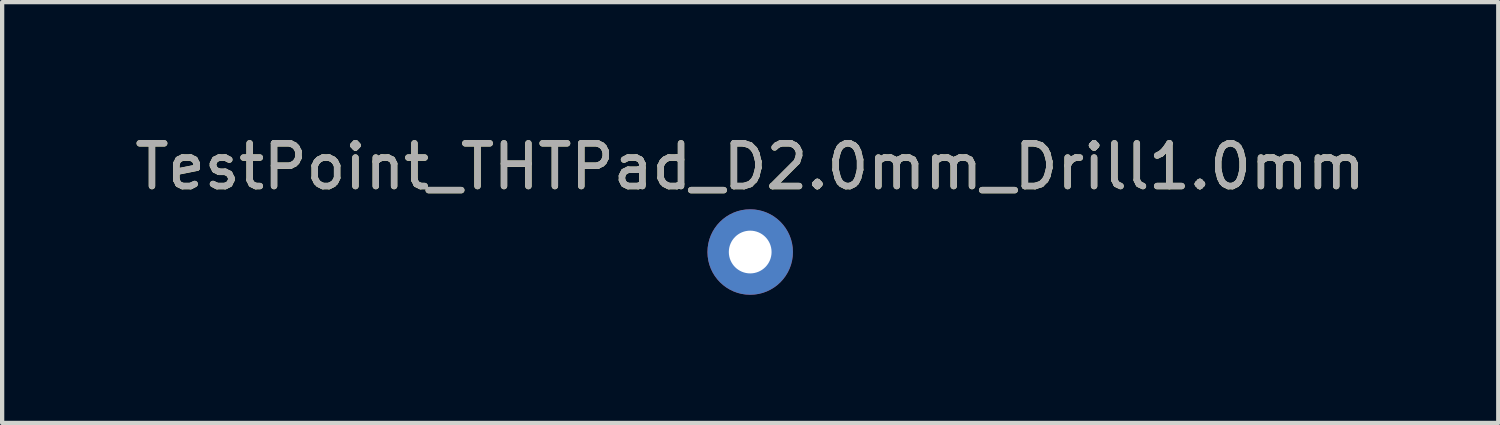
<source format=kicad_pcb>
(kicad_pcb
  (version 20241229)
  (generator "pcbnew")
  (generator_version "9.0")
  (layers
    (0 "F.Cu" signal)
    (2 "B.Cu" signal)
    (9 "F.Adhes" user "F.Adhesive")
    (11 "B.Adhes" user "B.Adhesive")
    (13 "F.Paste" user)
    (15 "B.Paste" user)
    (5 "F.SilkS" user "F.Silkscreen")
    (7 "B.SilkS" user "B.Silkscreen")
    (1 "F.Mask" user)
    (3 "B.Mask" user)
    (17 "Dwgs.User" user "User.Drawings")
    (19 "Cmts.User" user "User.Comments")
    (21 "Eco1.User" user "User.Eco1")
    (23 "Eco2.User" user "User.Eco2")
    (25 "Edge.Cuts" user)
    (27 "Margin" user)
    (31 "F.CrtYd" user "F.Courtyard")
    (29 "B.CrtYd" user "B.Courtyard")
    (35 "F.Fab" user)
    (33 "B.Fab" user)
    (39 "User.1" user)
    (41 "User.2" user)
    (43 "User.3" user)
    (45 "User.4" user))
  (footprint "TestPoint_THTPad_D2.0mm_Drill1.0mm"
    (layer "F.Cu")
    (at 14.506 2.848)
    (property "Reference" "TestPoint_THTPad_D2.0mm_Drill1.0mm" (at 0 -1.998 0) (layer "F.SilkS") (effects (font (size 1 1) (thickness 0.15))))
    (attr exclude_from_pos_files exclude_from_bom)
    (fp_text user "${REFERENCE}" (at 0 -2 0) (layer "F.Fab") (effects (font (size 1 1) (thickness 0.15))))
    (pad "1" thru_hole circle (at 0 0) (size 2 2) (drill 1) (layers "*.Cu" "*.Mask")))
  (gr_rect
    (start -3 -3)
    (end 32.012 6.848)
    (stroke (width 0.1) (type default))
    (fill no)
    (layer "Edge.Cuts")))
</source>
